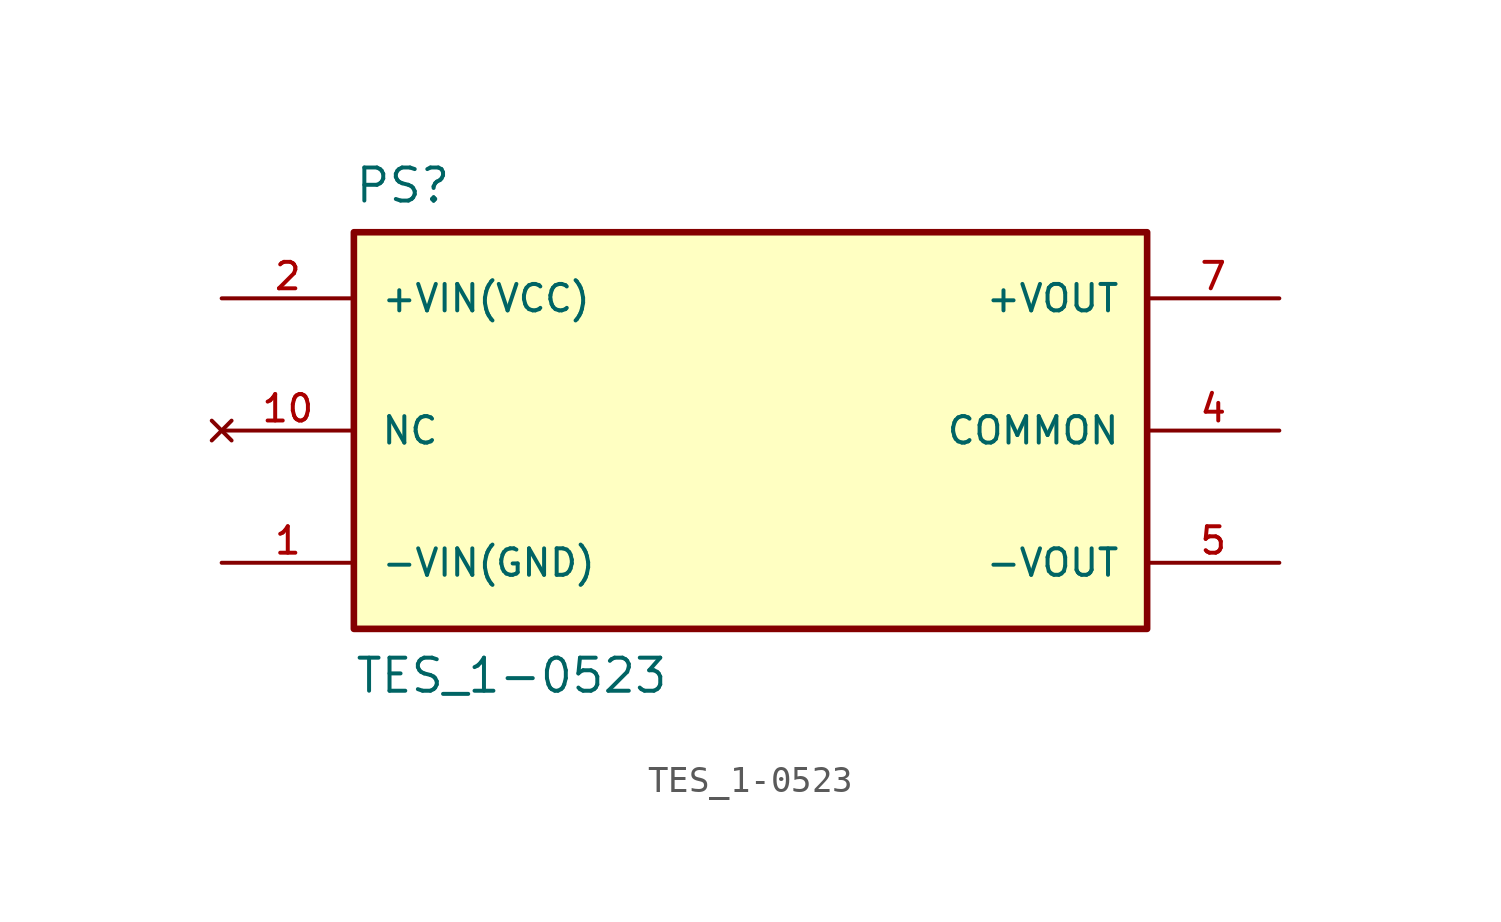
<source format=kicad_sym>
(kicad_symbol_lib
  (version 20211014)
  (generator kicad_symbol_editor)
  (symbol "TES_1-0523"
    (pin_names
      (offset 1.016))
    (property "Reference" "PS"
      (at -15.24 10.16 0)
      (effects (font (size 1.27 1.27)) (justify top left)))
    (property "Value" "TES_1-0523"
      (at -15.24 -10.16 0)
      (effects (font (size 1.27 1.27)) (justify bottom left)))
    (symbol "TES_1-0523_0_0"
      (rectangle (start -15.24 -7.62) (end 15.24 7.62) (stroke (width 0.254)) (fill (type background)))
      (pin input line (at -20.32 5.08 0) (length 5.08) (name "+VIN(VCC)" (effects (font (size 1.016 1.016)))) (number "2" (effects (font (size 1.016 1.016)))))
      (pin input line (at -20.32 -5.08 0) (length 5.08) (name "-VIN(GND)" (effects (font (size 1.016 1.016)))) (number "1" (effects (font (size 1.016 1.016)))))
      (pin output line (at 20.32 -5.08 180.0) (length 5.08) (name "-VOUT" (effects (font (size 1.016 1.016)))) (number "5" (effects (font (size 1.016 1.016)))))
      (pin output line (at 20.32 5.08 180.0) (length 5.08) (name "+VOUT" (effects (font (size 1.016 1.016)))) (number "7" (effects (font (size 1.016 1.016)))))
      (pin no_connect line (at -20.32 0.0 0) (length 5.08) (name "NC" (effects (font (size 1.016 1.016)))) (number "10" (effects (font (size 1.016 1.016)))))
      (pin passive line (at 20.32 0.0 180.0) (length 5.08) (name "COMMON" (effects (font (size 1.016 1.016)))) (number "4" (effects (font (size 1.016 1.016))))))))
</source>
